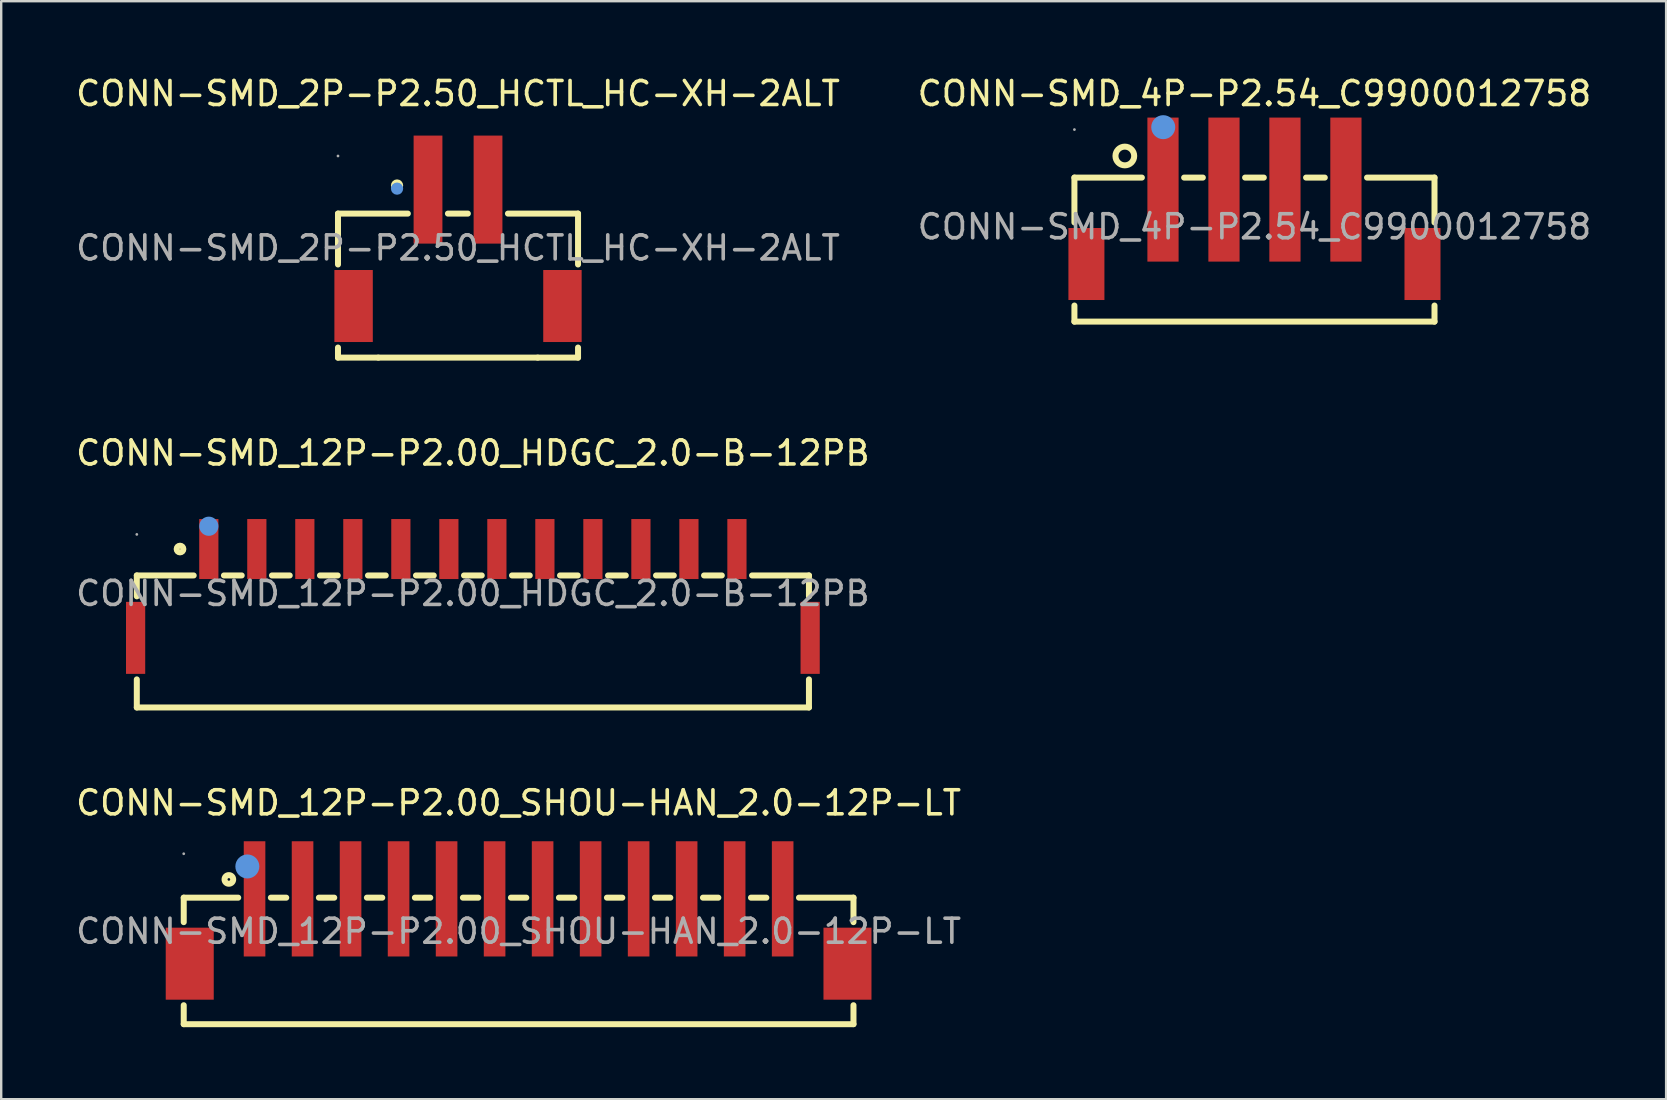
<source format=kicad_pcb>
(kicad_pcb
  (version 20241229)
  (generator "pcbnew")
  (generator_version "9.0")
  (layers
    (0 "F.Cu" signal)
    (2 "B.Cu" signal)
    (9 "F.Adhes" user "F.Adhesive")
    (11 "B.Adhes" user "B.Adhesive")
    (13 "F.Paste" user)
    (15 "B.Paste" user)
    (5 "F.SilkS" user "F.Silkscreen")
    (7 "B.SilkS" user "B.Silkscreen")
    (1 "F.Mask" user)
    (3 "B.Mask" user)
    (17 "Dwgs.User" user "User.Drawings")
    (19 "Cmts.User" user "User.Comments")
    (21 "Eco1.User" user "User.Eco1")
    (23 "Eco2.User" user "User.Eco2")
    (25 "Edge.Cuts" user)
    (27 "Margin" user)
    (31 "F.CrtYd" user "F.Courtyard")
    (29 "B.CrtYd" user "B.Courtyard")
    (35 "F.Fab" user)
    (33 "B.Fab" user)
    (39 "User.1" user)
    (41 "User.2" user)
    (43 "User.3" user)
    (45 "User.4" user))
  (footprint "CONN-SMD_12P-P2.00_HDGC_2.0-B-12PB"
    (layer "F.Cu")
    (at 16.649 21.672)
    (property "Reference" "CONN-SMD_12P-P2.00_HDGC_2.0-B-12PB" (at 0 -5.85 0) (layer "F.SilkS") (effects (font (size 1 1) (thickness 0.15))))
    (attr smd)
    (fp_line (start -14 -0.75) (end -11.63 -0.75) (stroke (width 0.25) (type solid)) (layer "F.SilkS"))
    (fp_line (start -14 0.12) (end -14 -0.75) (stroke (width 0.25) (type solid)) (layer "F.SilkS"))
    (fp_line (start -14 4.75) (end -14 3.58) (stroke (width 0.25) (type solid)) (layer "F.SilkS"))
    (fp_line (start -10.37 -0.75) (end -9.63 -0.75) (stroke (width 0.25) (type solid)) (layer "F.SilkS"))
    (fp_line (start -8.37 -0.75) (end -7.63 -0.75) (stroke (width 0.25) (type solid)) (layer "F.SilkS"))
    (fp_line (start -6.37 -0.75) (end -5.63 -0.75) (stroke (width 0.25) (type solid)) (layer "F.SilkS"))
    (fp_line (start -4.37 -0.75) (end -3.63 -0.75) (stroke (width 0.25) (type solid)) (layer "F.SilkS"))
    (fp_line (start -2.37 -0.75) (end -1.63 -0.75) (stroke (width 0.25) (type solid)) (layer "F.SilkS"))
    (fp_line (start -0.37 -0.75) (end 0.37 -0.75) (stroke (width 0.25) (type solid)) (layer "F.SilkS"))
    (fp_line (start 1.63 -0.75) (end 2.37 -0.75) (stroke (width 0.25) (type solid)) (layer "F.SilkS"))
    (fp_line (start 3.63 -0.75) (end 4.37 -0.75) (stroke (width 0.25) (type solid)) (layer "F.SilkS"))
    (fp_line (start 5.63 -0.75) (end 6.37 -0.75) (stroke (width 0.25) (type solid)) (layer "F.SilkS"))
    (fp_line (start 7.63 -0.75) (end 8.37 -0.75) (stroke (width 0.25) (type solid)) (layer "F.SilkS"))
    (fp_line (start 9.63 -0.75) (end 10.37 -0.75) (stroke (width 0.25) (type solid)) (layer "F.SilkS"))
    (fp_line (start 11.63 -0.75) (end 14 -0.75) (stroke (width 0.25) (type solid)) (layer "F.SilkS"))
    (fp_line (start 14 -0.75) (end 14 0.12) (stroke (width 0.25) (type solid)) (layer "F.SilkS"))
    (fp_line (start 14 3.58) (end 14 4.75) (stroke (width 0.25) (type solid)) (layer "F.SilkS"))
    (fp_line (start 14 4.75) (end -14 4.75) (stroke (width 0.25) (type solid)) (layer "F.SilkS"))
    (fp_circle (center -12.2 -1.85) (end -12.06 -1.85) (stroke (width 0.25) (type solid)) (fill no) (layer "F.SilkS"))
    (fp_circle (center -11 -2.8) (end -10.8 -2.8) (stroke (width 0.4) (type solid)) (fill no) (layer "Cmts.User"))
    (fp_circle (center -14 -2.46) (end -13.97 -2.46) (stroke (width 0.06) (type solid)) (fill no) (layer "F.Fab"))
    (fp_text user "${REFERENCE}" (at 0 0 0) (layer "F.Fab") (effects (font (size 1 1) (thickness 0.15))))
    (pad "1" smd rect (at -11 -1.85) (size 0.8 2.5) (layers "F.Cu" "F.Mask" "F.Paste"))
    (pad "2" smd rect (at -9 -1.85) (size 0.8 2.5) (layers "F.Cu" "F.Mask" "F.Paste"))
    (pad "3" smd rect (at -7 -1.85) (size 0.8 2.5) (layers "F.Cu" "F.Mask" "F.Paste"))
    (pad "4" smd rect (at -5 -1.85) (size 0.8 2.5) (layers "F.Cu" "F.Mask" "F.Paste"))
    (pad "5" smd rect (at -3 -1.85) (size 0.8 2.5) (layers "F.Cu" "F.Mask" "F.Paste"))
    (pad "6" smd rect (at -1 -1.85) (size 0.8 2.5) (layers "F.Cu" "F.Mask" "F.Paste"))
    (pad "7" smd rect (at 1 -1.85) (size 0.8 2.5) (layers "F.Cu" "F.Mask" "F.Paste"))
    (pad "8" smd rect (at 3 -1.85) (size 0.8 2.5) (layers "F.Cu" "F.Mask" "F.Paste"))
    (pad "9" smd rect (at 5 -1.85) (size 0.8 2.5) (layers "F.Cu" "F.Mask" "F.Paste"))
    (pad "10" smd rect (at 7 -1.85) (size 0.8 2.5) (layers "F.Cu" "F.Mask" "F.Paste"))
    (pad "11" smd rect (at 9 -1.85) (size 0.8 2.5) (layers "F.Cu" "F.Mask" "F.Paste"))
    (pad "12" smd rect (at 11 -1.85) (size 0.8 2.5) (layers "F.Cu" "F.Mask" "F.Paste"))
    (pad "13" smd rect (at 14.05 1.85) (size 0.8 3) (layers "F.Cu" "F.Mask" "F.Paste"))
    (pad "14" smd rect (at -14.05 1.85) (size 0.8 3) (layers "F.Cu" "F.Mask" "F.Paste")))
  (footprint "CONN-SMD_12P-P2.00_SHOU-HAN_2.0-12P-LT"
    (layer "F.Cu")
    (at 18.554 35.745)
    (property "Reference" "CONN-SMD_12P-P2.00_SHOU-HAN_2.0-12P-LT" (at 0 -5.35 0) (layer "F.SilkS") (effects (font (size 1 1) (thickness 0.15))))
    (attr smd)
    (fp_line (start -13.95 -1.4) (end -11.68 -1.4) (stroke (width 0.25) (type solid)) (layer "F.SilkS"))
    (fp_line (start -13.95 -0.38) (end -13.95 -1.4) (stroke (width 0.25) (type solid)) (layer "F.SilkS"))
    (fp_line (start -13.95 3.87) (end -13.95 3.08) (stroke (width 0.25) (type solid)) (layer "F.SilkS"))
    (fp_line (start -13.95 3.87) (end 13.95 3.87) (stroke (width 0.25) (type solid)) (layer "F.SilkS"))
    (fp_line (start -10.32 -1.4) (end -9.68 -1.4) (stroke (width 0.25) (type solid)) (layer "F.SilkS"))
    (fp_line (start -8.32 -1.4) (end -7.68 -1.4) (stroke (width 0.25) (type solid)) (layer "F.SilkS"))
    (fp_line (start -6.32 -1.4) (end -5.68 -1.4) (stroke (width 0.25) (type solid)) (layer "F.SilkS"))
    (fp_line (start -4.32 -1.4) (end -3.68 -1.4) (stroke (width 0.25) (type solid)) (layer "F.SilkS"))
    (fp_line (start -2.32 -1.4) (end -1.68 -1.4) (stroke (width 0.25) (type solid)) (layer "F.SilkS"))
    (fp_line (start -0.32 -1.4) (end 0.32 -1.4) (stroke (width 0.25) (type solid)) (layer "F.SilkS"))
    (fp_line (start 1.68 -1.4) (end 2.32 -1.4) (stroke (width 0.25) (type solid)) (layer "F.SilkS"))
    (fp_line (start 3.68 -1.4) (end 4.32 -1.4) (stroke (width 0.25) (type solid)) (layer "F.SilkS"))
    (fp_line (start 5.68 -1.4) (end 6.32 -1.4) (stroke (width 0.25) (type solid)) (layer "F.SilkS"))
    (fp_line (start 7.68 -1.4) (end 8.32 -1.4) (stroke (width 0.25) (type solid)) (layer "F.SilkS"))
    (fp_line (start 9.68 -1.4) (end 10.32 -1.4) (stroke (width 0.25) (type solid)) (layer "F.SilkS"))
    (fp_line (start 11.68 -1.4) (end 13.95 -1.4) (stroke (width 0.25) (type solid)) (layer "F.SilkS"))
    (fp_line (start 13.95 -0.38) (end 13.95 -1.4) (stroke (width 0.25) (type solid)) (layer "F.SilkS"))
    (fp_line (start 13.95 3.87) (end 13.95 3.08) (stroke (width 0.25) (type solid)) (layer "F.SilkS"))
    (fp_circle (center -12.07 -2.16) (end -11.89 -2.16) (stroke (width 0.25) (type solid)) (fill no) (layer "F.SilkS"))
    (fp_circle (center -11.3 -2.7) (end -11.05 -2.7) (stroke (width 0.5) (type solid)) (fill no) (layer "Cmts.User"))
    (fp_circle (center -13.95 -3.23) (end -13.92 -3.23) (stroke (width 0.06) (type solid)) (fill no) (layer "F.Fab"))
    (fp_text user "${REFERENCE}" (at 0 0 0) (layer "F.Fab") (effects (font (size 1 1) (thickness 0.15))))
    (pad "1" smd rect (at -11 -1.35) (size 0.9 4.8) (layers "F.Cu" "F.Mask" "F.Paste"))
    (pad "2" smd rect (at -9 -1.35) (size 0.9 4.8) (layers "F.Cu" "F.Mask" "F.Paste"))
    (pad "3" smd rect (at -7 -1.35) (size 0.9 4.8) (layers "F.Cu" "F.Mask" "F.Paste"))
    (pad "4" smd rect (at -5 -1.35) (size 0.9 4.8) (layers "F.Cu" "F.Mask" "F.Paste"))
    (pad "5" smd rect (at -3 -1.35) (size 0.9 4.8) (layers "F.Cu" "F.Mask" "F.Paste"))
    (pad "6" smd rect (at -1 -1.35) (size 0.9 4.8) (layers "F.Cu" "F.Mask" "F.Paste"))
    (pad "7" smd rect (at 1 -1.35) (size 0.9 4.8) (layers "F.Cu" "F.Mask" "F.Paste"))
    (pad "8" smd rect (at 3 -1.35) (size 0.9 4.8) (layers "F.Cu" "F.Mask" "F.Paste"))
    (pad "9" smd rect (at 5 -1.35) (size 0.9 4.8) (layers "F.Cu" "F.Mask" "F.Paste"))
    (pad "10" smd rect (at 7 -1.35) (size 0.9 4.8) (layers "F.Cu" "F.Mask" "F.Paste"))
    (pad "11" smd rect (at 9 -1.35) (size 0.9 4.8) (layers "F.Cu" "F.Mask" "F.Paste"))
    (pad "12" smd rect (at 11 -1.35) (size 0.9 4.8) (layers "F.Cu" "F.Mask" "F.Paste"))
    (pad "13" smd rect (at 13.7 1.35) (size 2 3) (layers "F.Cu" "F.Mask" "F.Paste"))
    (pad "14" smd rect (at -13.7 1.35) (size 2 3) (layers "F.Cu" "F.Mask" "F.Paste")))
  (footprint "CONN-SMD_2P-P2.50_HCTL_HC-XH-2ALT"
    (layer "F.Cu")
    (at 16.03 7.278)
    (property "Reference" "CONN-SMD_2P-P2.50_HCTL_HC-XH-2ALT" (at 0 -6.43 0) (layer "F.SilkS") (effects (font (size 1 1) (thickness 0.15))))
    (attr smd)
    (fp_line (start -5 -1.43) (end -5 0.69) (stroke (width 0.25) (type solid)) (layer "F.SilkS"))
    (fp_line (start -5 -1.43) (end -2.09 -1.43) (stroke (width 0.25) (type solid)) (layer "F.SilkS"))
    (fp_line (start -5 4.15) (end -5 4.57) (stroke (width 0.25) (type solid)) (layer "F.SilkS"))
    (fp_line (start -5 4.57) (end -3.32 4.57) (stroke (width 0.25) (type solid)) (layer "F.SilkS"))
    (fp_line (start -3.32 4.57) (end 3.32 4.57) (stroke (width 0.25) (type solid)) (layer "F.SilkS"))
    (fp_line (start -0.42 -1.43) (end 0.41 -1.43) (stroke (width 0.25) (type solid)) (layer "F.SilkS"))
    (fp_line (start 2.08 -1.43) (end 5 -1.43) (stroke (width 0.25) (type solid)) (layer "F.SilkS"))
    (fp_line (start 5 -1.43) (end 5 0.69) (stroke (width 0.25) (type solid)) (layer "F.SilkS"))
    (fp_line (start 5 4.15) (end 5 4.57) (stroke (width 0.25) (type solid)) (layer "F.SilkS"))
    (fp_line (start 5 4.57) (end 3.32 4.57) (stroke (width 0.25) (type solid)) (layer "F.SilkS"))
    (fp_circle (center -2.54 -2.6) (end -2.41 -2.6) (stroke (width 0.25) (type solid)) (fill no) (layer "F.SilkS"))
    (fp_circle (center -2.54 -2.47) (end -2.41 -2.47) (stroke (width 0.25) (type solid)) (fill no) (layer "Cmts.User"))
    (fp_circle (center -5 -3.83) (end -4.97 -3.83) (stroke (width 0.06) (type solid)) (fill no) (layer "F.Fab"))
    (fp_text user "${REFERENCE}" (at 0 0 0) (layer "F.Fab") (effects (font (size 1 1) (thickness 0.15))))
    (pad "1" smd rect (at -1.25 -2.43) (size 1.2 4.5) (layers "F.Cu" "F.Mask" "F.Paste"))
    (pad "2" smd rect (at 1.25 -2.43) (size 1.2 4.5) (layers "F.Cu" "F.Mask" "F.Paste"))
    (pad "3" smd rect (at 4.35 2.42) (size 1.6 3) (layers "F.Cu" "F.Mask" "F.Paste"))
    (pad "4" smd rect (at -4.35 2.42) (size 1.6 3) (layers "F.Cu" "F.Mask" "F.Paste")))
  (footprint "CONN-SMD_4P-P2.54_C9900012758"
    (layer "F.Cu")
    (at 49.208 6.398)
    (property "Reference" "CONN-SMD_4P-P2.54_C9900012758" (at 0 -5.55 0) (layer "F.SilkS") (effects (font (size 1 1) (thickness 0.15))))
    (attr through_hole)
    (fp_line (start -7.5 -2.05) (end -7.5 -0.18) (stroke (width 0.25) (type solid)) (layer "F.SilkS"))
    (fp_line (start -7.5 3.28) (end -7.5 3.95) (stroke (width 0.25) (type solid)) (layer "F.SilkS"))
    (fp_line (start -7.5 3.95) (end 7.5 3.95) (stroke (width 0.25) (type solid)) (layer "F.SilkS"))
    (fp_line (start -4.69 -2.05) (end -7.5 -2.05) (stroke (width 0.25) (type solid)) (layer "F.SilkS"))
    (fp_line (start -2.15 -2.05) (end -2.93 -2.05) (stroke (width 0.25) (type solid)) (layer "F.SilkS"))
    (fp_line (start 0.39 -2.05) (end -0.39 -2.05) (stroke (width 0.25) (type solid)) (layer "F.SilkS"))
    (fp_line (start 2.93 -2.05) (end 2.15 -2.05) (stroke (width 0.25) (type solid)) (layer "F.SilkS"))
    (fp_line (start 7.5 -2.05) (end 4.69 -2.05) (stroke (width 0.25) (type solid)) (layer "F.SilkS"))
    (fp_line (start 7.5 -0.18) (end 7.5 -2.05) (stroke (width 0.25) (type solid)) (layer "F.SilkS"))
    (fp_line (start 7.5 3.95) (end 7.5 3.28) (stroke (width 0.25) (type solid)) (layer "F.SilkS"))
    (fp_circle (center -5.4 -2.95) (end -5.01 -2.95) (stroke (width 0.25) (type solid)) (fill no) (layer "F.SilkS"))
    (fp_circle (center -3.8 -4.15) (end -3.55 -4.15) (stroke (width 0.5) (type solid)) (fill no) (layer "Cmts.User"))
    (fp_circle (center -7.5 -4.05) (end -7.47 -4.05) (stroke (width 0.06) (type solid)) (fill no) (layer "F.Fab"))
    (fp_text user "${REFERENCE}" (at 0 0 0) (layer "F.Fab") (effects (font (size 1 1) (thickness 0.15))))
    (pad "1" smd rect (at -3.81 -1.55) (size 1.3 6) (layers "F.Cu" "F.Mask" "F.Paste"))
    (pad "2" smd rect (at -1.27 -1.55) (size 1.3 6) (layers "F.Cu" "F.Mask" "F.Paste"))
    (pad "3" smd rect (at 1.27 -1.55) (size 1.3 6) (layers "F.Cu" "F.Mask" "F.Paste"))
    (pad "4" smd rect (at 3.81 -1.55) (size 1.3 6) (layers "F.Cu" "F.Mask" "F.Paste"))
    (pad "5" smd rect (at 7 1.55) (size 1.5 3) (layers "F.Cu" "F.Mask" "F.Paste"))
    (pad "6" smd rect (at -7 1.55) (size 1.5 3) (layers "F.Cu" "F.Mask" "F.Paste")))
  (gr_rect
    (start -3 -3)
    (end 66.357 42.74)
    (stroke (width 0.1) (type default))
    (fill no)
    (layer "Edge.Cuts")))
</source>
